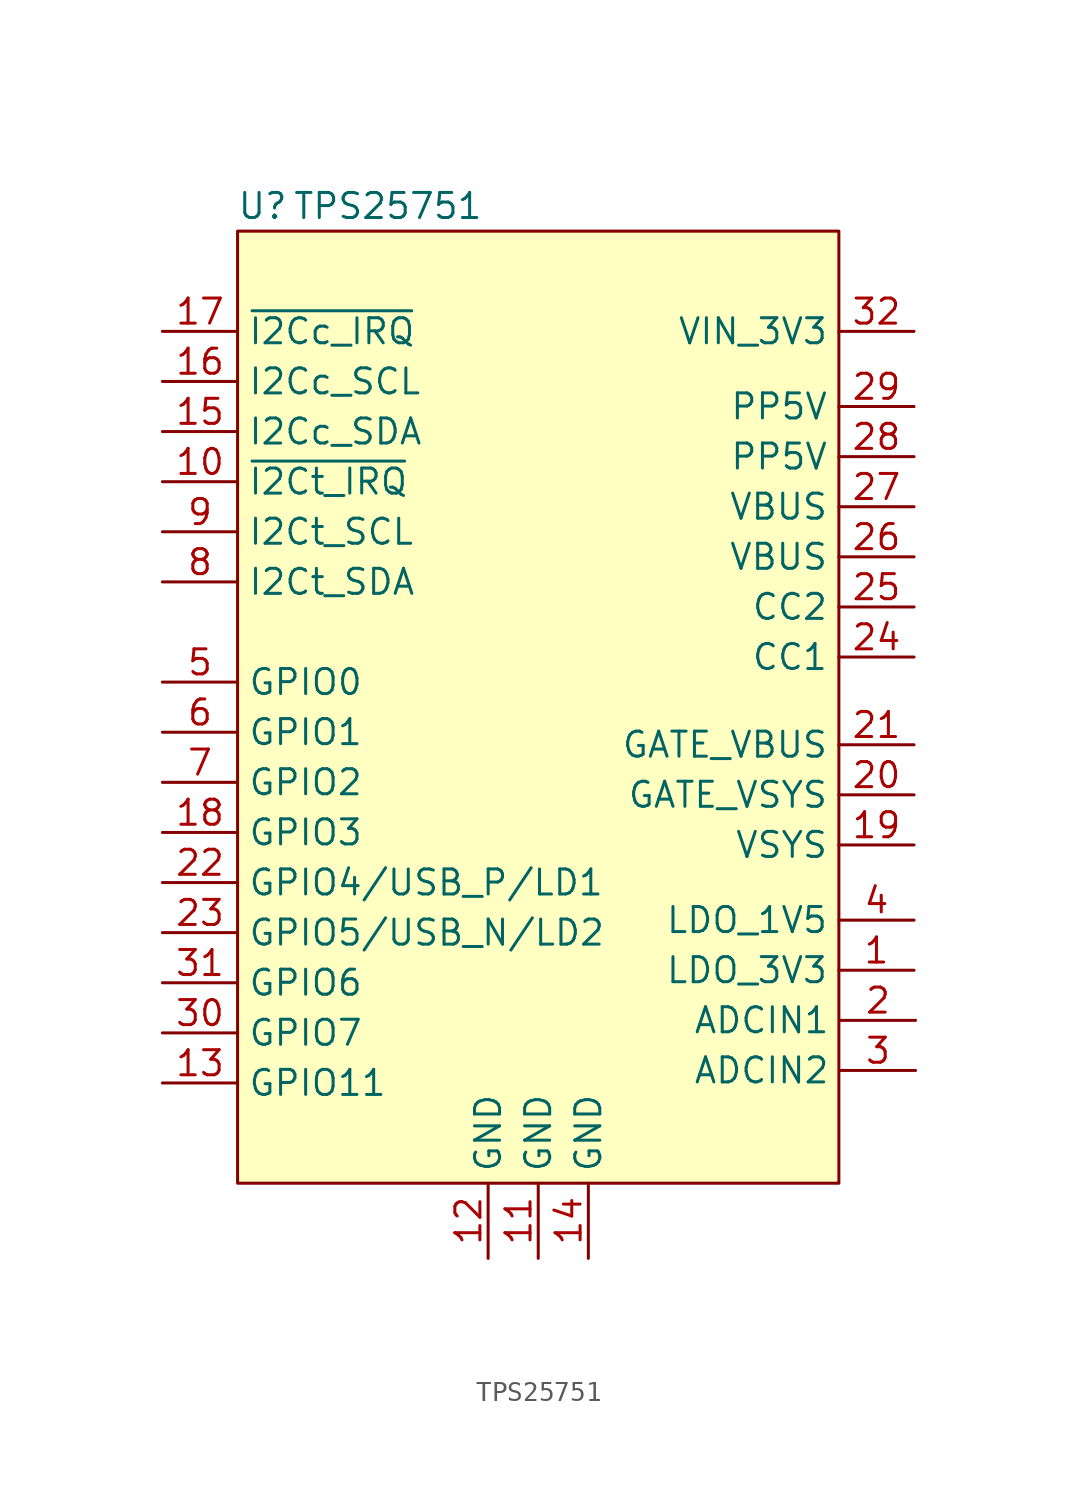
<source format=kicad_sym>
(kicad_symbol_lib
  (version 20231120)
  (generator "kicad_symbol_editor")
  (generator_version "8.99")
  (symbol "TPS25751"
    (property "Reference" "U"
      (at -13.97 25.4 0)
      (effects (font (size 1.27 1.27))))
    (property "Value" "TPS25751"
      (at -7.62 25.4 0)
      (effects (font (size 1.27 1.27))))
    (symbol "TPS25751_1_1"
      (rectangle (start -15.24 24.13) (end 15.24 -24.13) (stroke (width 0) (type default)) (fill (type background)))
      (pin input line (at 19.05 -13.335 180) (length 3.81) (name "LDO_3V3" (effects (font (size 1.27 1.27)))) (number "1" (effects (font (size 1.27 1.27)))))
      (pin input line (at -19.05 11.43 0) (length 3.81) (name "~{I2Ct_IRQ}" (effects (font (size 1.27 1.27)))) (number "10" (effects (font (size 1.27 1.27)))))
      (pin input line (at 0 -27.94 90) (length 3.81) (name "GND" (effects (font (size 1.27 1.27)))) (number "11" (effects (font (size 1.27 1.27)))))
      (pin input line (at -2.54 -27.94 90) (length 3.81) (name "GND" (effects (font (size 1.27 1.27)))) (number "12" (effects (font (size 1.27 1.27)))))
      (pin input line (at -19.05 -19.05 0) (length 3.81) (name "GPIO11" (effects (font (size 1.27 1.27)))) (number "13" (effects (font (size 1.27 1.27)))))
      (pin input line (at 2.54 -27.94 90) (length 3.81) (name "GND" (effects (font (size 1.27 1.27)))) (number "14" (effects (font (size 1.27 1.27)))))
      (pin input line (at -19.05 13.97 0) (length 3.81) (name "I2Cc_SDA" (effects (font (size 1.27 1.27)))) (number "15" (effects (font (size 1.27 1.27)))))
      (pin input line (at -19.05 16.51 0) (length 3.81) (name "I2Cc_SCL" (effects (font (size 1.27 1.27)))) (number "16" (effects (font (size 1.27 1.27)))))
      (pin input line (at -19.05 19.05 0) (length 3.81) (name "~{I2Cc_IRQ}" (effects (font (size 1.27 1.27)))) (number "17" (effects (font (size 1.27 1.27)))))
      (pin input line (at -19.05 -6.35 0) (length 3.81) (name "GPIO3" (effects (font (size 1.27 1.27)))) (number "18" (effects (font (size 1.27 1.27)))))
      (pin input line (at 19.05 -6.985 180) (length 3.81) (name "VSYS" (effects (font (size 1.27 1.27)))) (number "19" (effects (font (size 1.27 1.27)))))
      (pin input line (at 19.128 -15.875 180) (length 3.81) (name "ADCIN1" (effects (font (size 1.27 1.27)))) (number "2" (effects (font (size 1.27 1.27)))))
      (pin input line (at 19.05 -4.445 180) (length 3.81) (name "GATE_VSYS" (effects (font (size 1.27 1.27)))) (number "20" (effects (font (size 1.27 1.27)))))
      (pin input line (at 19.05 -1.905 180) (length 3.81) (name "GATE_VBUS" (effects (font (size 1.27 1.27)))) (number "21" (effects (font (size 1.27 1.27)))))
      (pin input line (at -19.05 -8.89 0) (length 3.81) (name "GPIO4/USB_P/LD1" (effects (font (size 1.27 1.27)))) (number "22" (effects (font (size 1.27 1.27)))))
      (pin input line (at -19.05 -11.43 0) (length 3.81) (name "GPIO5/USB_N/LD2" (effects (font (size 1.27 1.27)))) (number "23" (effects (font (size 1.27 1.27)))))
      (pin input line (at 19.05 2.54 180) (length 3.81) (name "CC1" (effects (font (size 1.27 1.27)))) (number "24" (effects (font (size 1.27 1.27)))))
      (pin input line (at 19.05 5.08 180) (length 3.81) (name "CC2" (effects (font (size 1.27 1.27)))) (number "25" (effects (font (size 1.27 1.27)))))
      (pin input line (at 19.05 7.62 180) (length 3.81) (name "VBUS" (effects (font (size 1.27 1.27)))) (number "26" (effects (font (size 1.27 1.27)))))
      (pin input line (at 19.05 10.16 180) (length 3.81) (name "VBUS" (effects (font (size 1.27 1.27)))) (number "27" (effects (font (size 1.27 1.27)))))
      (pin input line (at 19.05 12.7 180) (length 3.81) (name "PP5V" (effects (font (size 1.27 1.27)))) (number "28" (effects (font (size 1.27 1.27)))))
      (pin input line (at 19.05 15.24 180) (length 3.81) (name "PP5V" (effects (font (size 1.27 1.27)))) (number "29" (effects (font (size 1.27 1.27)))))
      (pin input line (at 19.128 -18.415 180) (length 3.81) (name "ADCIN2" (effects (font (size 1.27 1.27)))) (number "3" (effects (font (size 1.27 1.27)))))
      (pin input line (at -19.05 -16.51 0) (length 3.81) (name "GPIO7" (effects (font (size 1.27 1.27)))) (number "30" (effects (font (size 1.27 1.27)))))
      (pin input line (at -19.05 -13.97 0) (length 3.81) (name "GPIO6" (effects (font (size 1.27 1.27)))) (number "31" (effects (font (size 1.27 1.27)))))
      (pin input line (at 19.05 19.05 180) (length 3.81) (name "VIN_3V3" (effects (font (size 1.27 1.27)))) (number "32" (effects (font (size 1.27 1.27)))))
      (pin input line (at 19.05 -10.795 180) (length 3.81) (name "LDO_1V5" (effects (font (size 1.27 1.27)))) (number "4" (effects (font (size 1.27 1.27)))))
      (pin input line (at -19.05 1.27 0) (length 3.81) (name "GPIO0" (effects (font (size 1.27 1.27)))) (number "5" (effects (font (size 1.27 1.27)))))
      (pin input line (at -19.05 -1.27 0) (length 3.81) (name "GPIO1" (effects (font (size 1.27 1.27)))) (number "6" (effects (font (size 1.27 1.27)))))
      (pin input line (at -19.05 -3.81 0) (length 3.81) (name "GPIO2" (effects (font (size 1.27 1.27)))) (number "7" (effects (font (size 1.27 1.27)))))
      (pin input line (at -19.05 6.35 0) (length 3.81) (name "I2Ct_SDA" (effects (font (size 1.27 1.27)))) (number "8" (effects (font (size 1.27 1.27)))))
      (pin input line (at -19.05 8.89 0) (length 3.81) (name "I2Ct_SCL" (effects (font (size 1.27 1.27)))) (number "9" (effects (font (size 1.27 1.27))))))))
</source>
